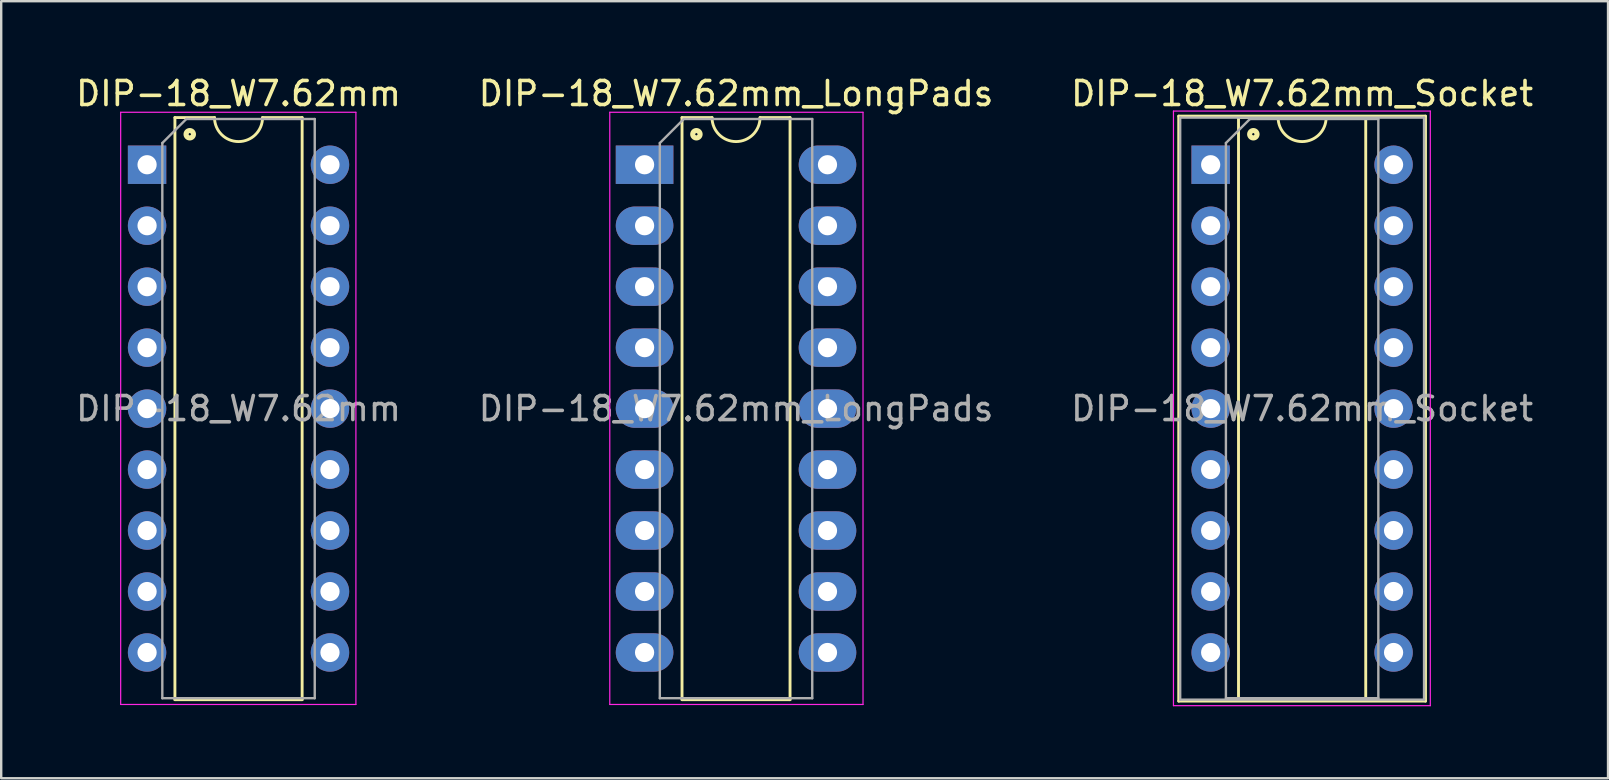
<source format=kicad_pcb>
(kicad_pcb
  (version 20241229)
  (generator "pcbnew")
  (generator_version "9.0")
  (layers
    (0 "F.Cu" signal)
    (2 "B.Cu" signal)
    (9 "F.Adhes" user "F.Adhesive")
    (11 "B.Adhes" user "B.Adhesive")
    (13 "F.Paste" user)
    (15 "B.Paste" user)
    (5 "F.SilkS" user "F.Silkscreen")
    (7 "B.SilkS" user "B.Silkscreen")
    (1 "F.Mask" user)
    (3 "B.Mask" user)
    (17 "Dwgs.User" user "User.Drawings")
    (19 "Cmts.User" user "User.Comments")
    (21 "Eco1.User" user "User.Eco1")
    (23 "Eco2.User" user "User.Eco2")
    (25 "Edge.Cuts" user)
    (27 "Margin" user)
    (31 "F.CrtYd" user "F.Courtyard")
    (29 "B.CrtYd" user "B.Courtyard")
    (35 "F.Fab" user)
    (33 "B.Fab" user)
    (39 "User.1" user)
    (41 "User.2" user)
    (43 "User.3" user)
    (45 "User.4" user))
  (footprint "DIP-18_W7.62mm_Socket"
    (layer "F.Cu")
    (at 47.386 3.813)
    (property "Reference" "DIP-18_W7.62mm_Socket" (at 3.81 -2.965 0) (layer "F.SilkS") (effects (font (size 1 1) (thickness 0.15))))
    (attr through_hole)
    (fp_line (start -1.33 -2.025) (end -1.33 22.345) (stroke (width 0.12) (type solid)) (layer "F.SilkS"))
    (fp_line (start -1.33 22.345) (end 8.95 22.345) (stroke (width 0.12) (type solid)) (layer "F.SilkS"))
    (fp_line (start 1.16 -1.965) (end 1.16 22.285) (stroke (width 0.12) (type solid)) (layer "F.SilkS"))
    (fp_line (start 1.16 22.285) (end 6.46 22.285) (stroke (width 0.12) (type solid)) (layer "F.SilkS"))
    (fp_line (start 2.81 -1.965) (end 1.16 -1.965) (stroke (width 0.12) (type solid)) (layer "F.SilkS"))
    (fp_line (start 6.46 -1.965) (end 4.81 -1.965) (stroke (width 0.12) (type solid)) (layer "F.SilkS"))
    (fp_line (start 6.46 22.285) (end 6.46 -1.965) (stroke (width 0.12) (type solid)) (layer "F.SilkS"))
    (fp_line (start 8.95 -2.025) (end -1.33 -2.025) (stroke (width 0.12) (type solid)) (layer "F.SilkS"))
    (fp_line (start 8.95 22.345) (end 8.95 -2.025) (stroke (width 0.12) (type solid)) (layer "F.SilkS"))
    (fp_arc (start 4.81 -1.965) (mid 3.81 -0.965) (end 2.81 -1.965) (stroke (width 0.12) (type solid)) (layer "F.SilkS"))
    (fp_circle (center 1.778 -1.27) (end 1.828 -1.27) (stroke (width 0.12) (type solid)) (fill no) (layer "F.SilkS"))
    (fp_circle (center 1.778 -1.27) (end 1.903 -1.27) (stroke (width 0.12) (type solid)) (fill no) (layer "F.SilkS"))
    (fp_circle (center 1.778 -1.27) (end 1.978 -1.27) (stroke (width 0.12) (type solid)) (fill no) (layer "F.SilkS"))
    (fp_line (start -1.55 -2.235) (end -1.55 22.535) (stroke (width 0.05) (type solid)) (layer "F.CrtYd"))
    (fp_line (start -1.55 22.535) (end 9.15 22.535) (stroke (width 0.05) (type solid)) (layer "F.CrtYd"))
    (fp_line (start 9.15 -2.235) (end -1.55 -2.235) (stroke (width 0.05) (type solid)) (layer "F.CrtYd"))
    (fp_line (start 9.15 22.535) (end 9.15 -2.235) (stroke (width 0.05) (type solid)) (layer "F.CrtYd"))
    (fp_line (start -1.27 -1.965) (end -1.27 22.285) (stroke (width 0.1) (type solid)) (layer "F.Fab"))
    (fp_line (start -1.27 22.285) (end 8.89 22.285) (stroke (width 0.1) (type solid)) (layer "F.Fab"))
    (fp_line (start 0.635 -0.905) (end 1.635 -1.905) (stroke (width 0.1) (type solid)) (layer "F.Fab"))
    (fp_line (start 0.635 22.225) (end 0.635 -0.905) (stroke (width 0.1) (type solid)) (layer "F.Fab"))
    (fp_line (start 1.635 -1.905) (end 6.985 -1.905) (stroke (width 0.1) (type solid)) (layer "F.Fab"))
    (fp_line (start 6.985 -1.905) (end 6.985 22.225) (stroke (width 0.1) (type solid)) (layer "F.Fab"))
    (fp_line (start 6.985 22.225) (end 0.635 22.225) (stroke (width 0.1) (type solid)) (layer "F.Fab"))
    (fp_line (start 8.89 -1.965) (end -1.27 -1.965) (stroke (width 0.1) (type solid)) (layer "F.Fab"))
    (fp_line (start 8.89 22.285) (end 8.89 -1.965) (stroke (width 0.1) (type solid)) (layer "F.Fab"))
    (fp_text user "${REFERENCE}" (at 3.81 10.16 0) (layer "F.Fab") (effects (font (size 1 1) (thickness 0.15))))
    (pad "1" thru_hole rect (at 0 0) (size 1.6 1.6) (drill 0.8) (layers "*.Cu" "*.Mask"))
    (pad "2" thru_hole oval (at 0 2.54) (size 1.6 1.6) (drill 0.8) (layers "*.Cu" "*.Mask"))
    (pad "3" thru_hole oval (at 0 5.08) (size 1.6 1.6) (drill 0.8) (layers "*.Cu" "*.Mask"))
    (pad "4" thru_hole oval (at 0 7.62) (size 1.6 1.6) (drill 0.8) (layers "*.Cu" "*.Mask"))
    (pad "5" thru_hole oval (at 0 10.16) (size 1.6 1.6) (drill 0.8) (layers "*.Cu" "*.Mask"))
    (pad "6" thru_hole oval (at 0 12.7) (size 1.6 1.6) (drill 0.8) (layers "*.Cu" "*.Mask"))
    (pad "7" thru_hole oval (at 0 15.24) (size 1.6 1.6) (drill 0.8) (layers "*.Cu" "*.Mask"))
    (pad "8" thru_hole oval (at 0 17.78) (size 1.6 1.6) (drill 0.8) (layers "*.Cu" "*.Mask"))
    (pad "9" thru_hole oval (at 0 20.32) (size 1.6 1.6) (drill 0.8) (layers "*.Cu" "*.Mask"))
    (pad "10" thru_hole oval (at 7.62 20.32) (size 1.6 1.6) (drill 0.8) (layers "*.Cu" "*.Mask"))
    (pad "11" thru_hole oval (at 7.62 17.78) (size 1.6 1.6) (drill 0.8) (layers "*.Cu" "*.Mask"))
    (pad "12" thru_hole oval (at 7.62 15.24) (size 1.6 1.6) (drill 0.8) (layers "*.Cu" "*.Mask"))
    (pad "13" thru_hole oval (at 7.62 12.7) (size 1.6 1.6) (drill 0.8) (layers "*.Cu" "*.Mask"))
    (pad "14" thru_hole oval (at 7.62 10.16) (size 1.6 1.6) (drill 0.8) (layers "*.Cu" "*.Mask"))
    (pad "15" thru_hole oval (at 7.62 7.62) (size 1.6 1.6) (drill 0.8) (layers "*.Cu" "*.Mask"))
    (pad "16" thru_hole oval (at 7.62 5.08) (size 1.6 1.6) (drill 0.8) (layers "*.Cu" "*.Mask"))
    (pad "17" thru_hole oval (at 7.62 2.54) (size 1.6 1.6) (drill 0.8) (layers "*.Cu" "*.Mask"))
    (pad "18" thru_hole oval (at 7.62 0) (size 1.6 1.6) (drill 0.8) (layers "*.Cu" "*.Mask")))
  (footprint "DIP-18_W7.62mm_LongPads"
    (layer "F.Cu")
    (at 23.803 3.813)
    (property "Reference" "DIP-18_W7.62mm_LongPads" (at 3.81 -2.965 0) (layer "F.SilkS") (effects (font (size 1 1) (thickness 0.15))))
    (attr through_hole)
    (fp_line (start 1.56 -1.965) (end 1.56 22.285) (stroke (width 0.12) (type solid)) (layer "F.SilkS"))
    (fp_line (start 1.56 22.285) (end 6.06 22.285) (stroke (width 0.12) (type solid)) (layer "F.SilkS"))
    (fp_line (start 2.81 -1.965) (end 1.56 -1.965) (stroke (width 0.12) (type solid)) (layer "F.SilkS"))
    (fp_line (start 6.06 -1.965) (end 4.81 -1.965) (stroke (width 0.12) (type solid)) (layer "F.SilkS"))
    (fp_line (start 6.06 22.285) (end 6.06 -1.965) (stroke (width 0.12) (type solid)) (layer "F.SilkS"))
    (fp_arc (start 4.81 -1.965) (mid 3.81 -0.965) (end 2.81 -1.965) (stroke (width 0.12) (type solid)) (layer "F.SilkS"))
    (fp_circle (center 2.159 -1.27) (end 2.209 -1.27) (stroke (width 0.12) (type solid)) (fill no) (layer "F.SilkS"))
    (fp_circle (center 2.159 -1.27) (end 2.284 -1.27) (stroke (width 0.12) (type solid)) (fill no) (layer "F.SilkS"))
    (fp_circle (center 2.159 -1.27) (end 2.359 -1.27) (stroke (width 0.12) (type solid)) (fill no) (layer "F.SilkS"))
    (fp_line (start -1.45 -2.185) (end -1.45 22.485) (stroke (width 0.05) (type solid)) (layer "F.CrtYd"))
    (fp_line (start -1.45 22.485) (end 9.1 22.485) (stroke (width 0.05) (type solid)) (layer "F.CrtYd"))
    (fp_line (start 9.1 -2.185) (end -1.45 -2.185) (stroke (width 0.05) (type solid)) (layer "F.CrtYd"))
    (fp_line (start 9.1 22.485) (end 9.1 -2.185) (stroke (width 0.05) (type solid)) (layer "F.CrtYd"))
    (fp_line (start 0.635 -0.905) (end 1.635 -1.905) (stroke (width 0.1) (type solid)) (layer "F.Fab"))
    (fp_line (start 0.635 22.225) (end 0.635 -0.905) (stroke (width 0.1) (type solid)) (layer "F.Fab"))
    (fp_line (start 1.635 -1.905) (end 6.985 -1.905) (stroke (width 0.1) (type solid)) (layer "F.Fab"))
    (fp_line (start 6.985 -1.905) (end 6.985 22.225) (stroke (width 0.1) (type solid)) (layer "F.Fab"))
    (fp_line (start 6.985 22.225) (end 0.635 22.225) (stroke (width 0.1) (type solid)) (layer "F.Fab"))
    (fp_text user "${REFERENCE}" (at 3.81 10.16 0) (layer "F.Fab") (effects (font (size 1 1) (thickness 0.15))))
    (pad "1" thru_hole rect (at 0 0) (size 2.4 1.6) (drill 0.8) (layers "*.Cu" "*.Mask"))
    (pad "2" thru_hole oval (at 0 2.54) (size 2.4 1.6) (drill 0.8) (layers "*.Cu" "*.Mask"))
    (pad "3" thru_hole oval (at 0 5.08) (size 2.4 1.6) (drill 0.8) (layers "*.Cu" "*.Mask"))
    (pad "4" thru_hole oval (at 0 7.62) (size 2.4 1.6) (drill 0.8) (layers "*.Cu" "*.Mask"))
    (pad "5" thru_hole oval (at 0 10.16) (size 2.4 1.6) (drill 0.8) (layers "*.Cu" "*.Mask"))
    (pad "6" thru_hole oval (at 0 12.7) (size 2.4 1.6) (drill 0.8) (layers "*.Cu" "*.Mask"))
    (pad "7" thru_hole oval (at 0 15.24) (size 2.4 1.6) (drill 0.8) (layers "*.Cu" "*.Mask"))
    (pad "8" thru_hole oval (at 0 17.78) (size 2.4 1.6) (drill 0.8) (layers "*.Cu" "*.Mask"))
    (pad "9" thru_hole oval (at 0 20.32) (size 2.4 1.6) (drill 0.8) (layers "*.Cu" "*.Mask"))
    (pad "10" thru_hole oval (at 7.62 20.32) (size 2.4 1.6) (drill 0.8) (layers "*.Cu" "*.Mask"))
    (pad "11" thru_hole oval (at 7.62 17.78) (size 2.4 1.6) (drill 0.8) (layers "*.Cu" "*.Mask"))
    (pad "12" thru_hole oval (at 7.62 15.24) (size 2.4 1.6) (drill 0.8) (layers "*.Cu" "*.Mask"))
    (pad "13" thru_hole oval (at 7.62 12.7) (size 2.4 1.6) (drill 0.8) (layers "*.Cu" "*.Mask"))
    (pad "14" thru_hole oval (at 7.62 10.16) (size 2.4 1.6) (drill 0.8) (layers "*.Cu" "*.Mask"))
    (pad "15" thru_hole oval (at 7.62 7.62) (size 2.4 1.6) (drill 0.8) (layers "*.Cu" "*.Mask"))
    (pad "16" thru_hole oval (at 7.62 5.08) (size 2.4 1.6) (drill 0.8) (layers "*.Cu" "*.Mask"))
    (pad "17" thru_hole oval (at 7.62 2.54) (size 2.4 1.6) (drill 0.8) (layers "*.Cu" "*.Mask"))
    (pad "18" thru_hole oval (at 7.62 0) (size 2.4 1.6) (drill 0.8) (layers "*.Cu" "*.Mask")))
  (footprint "DIP-18_W7.62mm"
    (layer "F.Cu")
    (at 3.077 3.813)
    (property "Reference" "DIP-18_W7.62mm" (at 3.81 -2.965 0) (layer "F.SilkS") (effects (font (size 1 1) (thickness 0.15))))
    (attr through_hole)
    (fp_line (start 1.16 -1.965) (end 1.16 22.285) (stroke (width 0.12) (type solid)) (layer "F.SilkS"))
    (fp_line (start 1.16 22.285) (end 6.46 22.285) (stroke (width 0.12) (type solid)) (layer "F.SilkS"))
    (fp_line (start 2.81 -1.965) (end 1.16 -1.965) (stroke (width 0.12) (type solid)) (layer "F.SilkS"))
    (fp_line (start 6.46 -1.965) (end 4.81 -1.965) (stroke (width 0.12) (type solid)) (layer "F.SilkS"))
    (fp_line (start 6.46 22.285) (end 6.46 -1.965) (stroke (width 0.12) (type solid)) (layer "F.SilkS"))
    (fp_arc (start 4.81 -1.965) (mid 3.81 -0.965) (end 2.81 -1.965) (stroke (width 0.12) (type solid)) (layer "F.SilkS"))
    (fp_circle (center 1.778 -1.27) (end 1.828 -1.27) (stroke (width 0.12) (type solid)) (fill no) (layer "F.SilkS"))
    (fp_circle (center 1.778 -1.27) (end 1.903 -1.27) (stroke (width 0.12) (type solid)) (fill no) (layer "F.SilkS"))
    (fp_circle (center 1.778 -1.27) (end 1.978 -1.27) (stroke (width 0.12) (type solid)) (fill no) (layer "F.SilkS"))
    (fp_line (start -1.1 -2.185) (end -1.1 22.485) (stroke (width 0.05) (type solid)) (layer "F.CrtYd"))
    (fp_line (start -1.1 22.485) (end 8.7 22.485) (stroke (width 0.05) (type solid)) (layer "F.CrtYd"))
    (fp_line (start 8.7 -2.185) (end -1.1 -2.185) (stroke (width 0.05) (type solid)) (layer "F.CrtYd"))
    (fp_line (start 8.7 22.485) (end 8.7 -2.185) (stroke (width 0.05) (type solid)) (layer "F.CrtYd"))
    (fp_line (start 0.635 -0.905) (end 1.635 -1.905) (stroke (width 0.1) (type solid)) (layer "F.Fab"))
    (fp_line (start 0.635 22.225) (end 0.635 -0.905) (stroke (width 0.1) (type solid)) (layer "F.Fab"))
    (fp_line (start 1.635 -1.905) (end 6.985 -1.905) (stroke (width 0.1) (type solid)) (layer "F.Fab"))
    (fp_line (start 6.985 -1.905) (end 6.985 22.225) (stroke (width 0.1) (type solid)) (layer "F.Fab"))
    (fp_line (start 6.985 22.225) (end 0.635 22.225) (stroke (width 0.1) (type solid)) (layer "F.Fab"))
    (fp_text user "${REFERENCE}" (at 3.81 10.16 0) (layer "F.Fab") (effects (font (size 1 1) (thickness 0.15))))
    (pad "1" thru_hole rect (at 0 0) (size 1.6 1.6) (drill 0.8) (layers "*.Cu" "*.Mask"))
    (pad "2" thru_hole oval (at 0 2.54) (size 1.6 1.6) (drill 0.8) (layers "*.Cu" "*.Mask"))
    (pad "3" thru_hole oval (at 0 5.08) (size 1.6 1.6) (drill 0.8) (layers "*.Cu" "*.Mask"))
    (pad "4" thru_hole oval (at 0 7.62) (size 1.6 1.6) (drill 0.8) (layers "*.Cu" "*.Mask"))
    (pad "5" thru_hole oval (at 0 10.16) (size 1.6 1.6) (drill 0.8) (layers "*.Cu" "*.Mask"))
    (pad "6" thru_hole oval (at 0 12.7) (size 1.6 1.6) (drill 0.8) (layers "*.Cu" "*.Mask"))
    (pad "7" thru_hole oval (at 0 15.24) (size 1.6 1.6) (drill 0.8) (layers "*.Cu" "*.Mask"))
    (pad "8" thru_hole oval (at 0 17.78) (size 1.6 1.6) (drill 0.8) (layers "*.Cu" "*.Mask"))
    (pad "9" thru_hole oval (at 0 20.32) (size 1.6 1.6) (drill 0.8) (layers "*.Cu" "*.Mask"))
    (pad "10" thru_hole oval (at 7.62 20.32) (size 1.6 1.6) (drill 0.8) (layers "*.Cu" "*.Mask"))
    (pad "11" thru_hole oval (at 7.62 17.78) (size 1.6 1.6) (drill 0.8) (layers "*.Cu" "*.Mask"))
    (pad "12" thru_hole oval (at 7.62 15.24) (size 1.6 1.6) (drill 0.8) (layers "*.Cu" "*.Mask"))
    (pad "13" thru_hole oval (at 7.62 12.7) (size 1.6 1.6) (drill 0.8) (layers "*.Cu" "*.Mask"))
    (pad "14" thru_hole oval (at 7.62 10.16) (size 1.6 1.6) (drill 0.8) (layers "*.Cu" "*.Mask"))
    (pad "15" thru_hole oval (at 7.62 7.62) (size 1.6 1.6) (drill 0.8) (layers "*.Cu" "*.Mask"))
    (pad "16" thru_hole oval (at 7.62 5.08) (size 1.6 1.6) (drill 0.8) (layers "*.Cu" "*.Mask"))
    (pad "17" thru_hole oval (at 7.62 2.54) (size 1.6 1.6) (drill 0.8) (layers "*.Cu" "*.Mask"))
    (pad "18" thru_hole oval (at 7.62 0) (size 1.6 1.6) (drill 0.8) (layers "*.Cu" "*.Mask")))
  (gr_rect
    (start -3 -3)
    (end 63.94 29.373)
    (stroke (width 0.1) (type default))
    (fill no)
    (layer "Edge.Cuts")))
</source>
